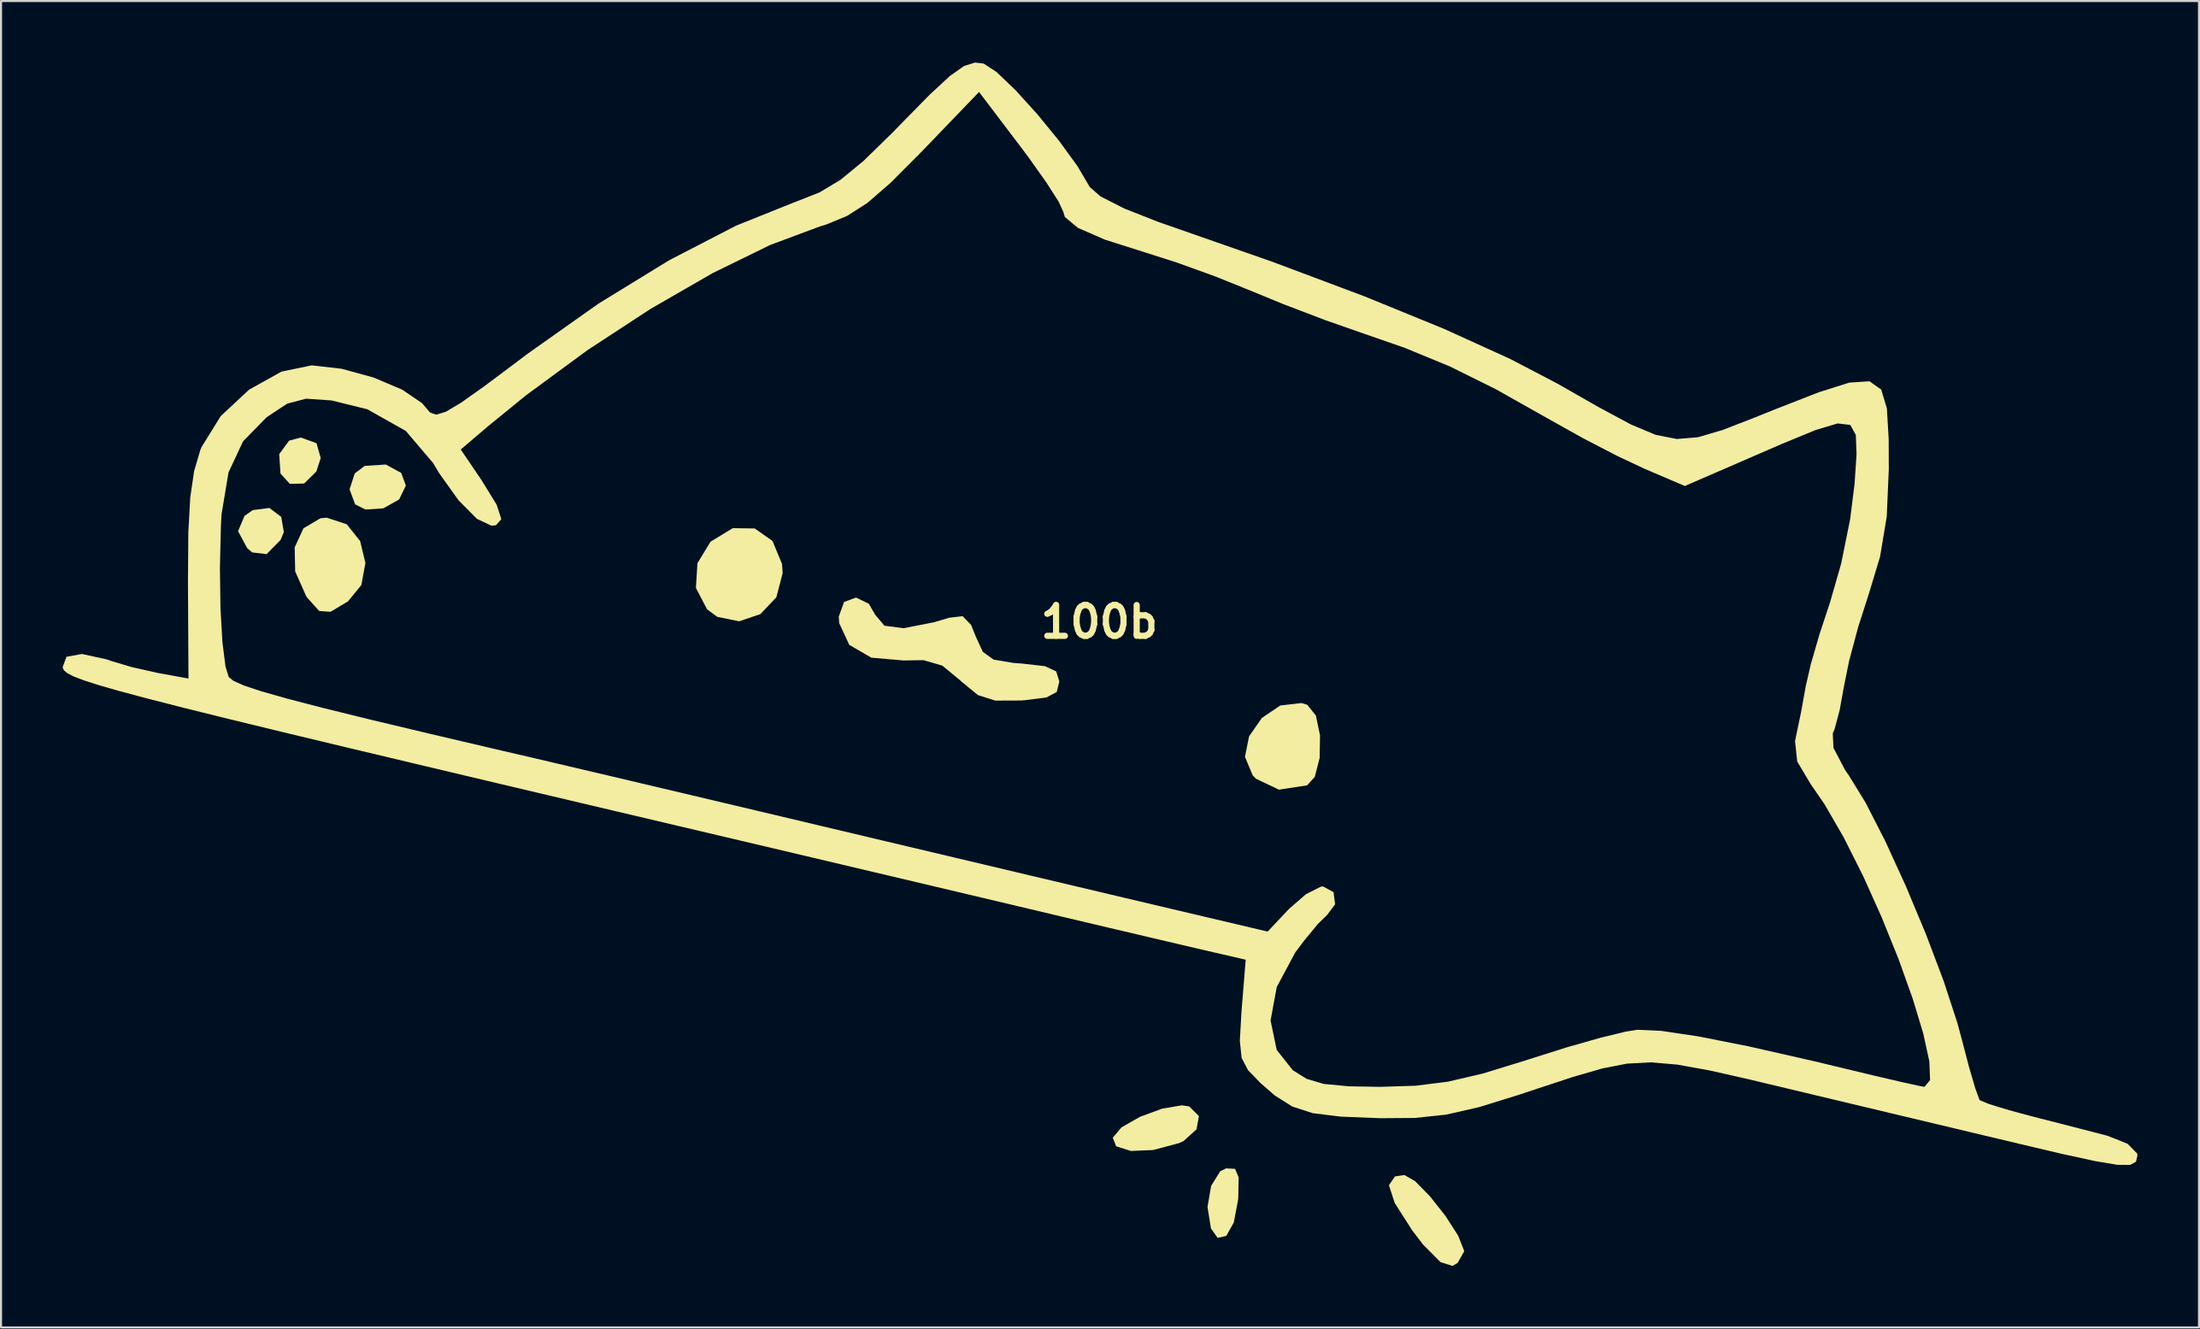
<source format=kicad_pcb>
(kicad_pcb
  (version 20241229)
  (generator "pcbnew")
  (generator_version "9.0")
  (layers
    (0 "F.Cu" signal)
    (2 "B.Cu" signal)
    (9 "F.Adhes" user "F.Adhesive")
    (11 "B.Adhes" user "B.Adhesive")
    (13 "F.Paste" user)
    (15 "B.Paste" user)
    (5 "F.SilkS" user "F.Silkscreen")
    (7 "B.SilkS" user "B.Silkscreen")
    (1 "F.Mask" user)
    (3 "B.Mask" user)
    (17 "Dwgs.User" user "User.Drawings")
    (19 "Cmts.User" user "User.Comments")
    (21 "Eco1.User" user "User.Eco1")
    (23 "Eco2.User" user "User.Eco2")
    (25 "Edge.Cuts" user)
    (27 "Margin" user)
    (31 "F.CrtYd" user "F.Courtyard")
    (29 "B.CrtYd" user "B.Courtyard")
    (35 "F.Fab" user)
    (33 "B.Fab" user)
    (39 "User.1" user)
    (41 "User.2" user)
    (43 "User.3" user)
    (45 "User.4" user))
  (footprint "100b"
    (layer "F.Cu")
    (at 50.536 27.265)
    (property "Reference" "100b" (at 0 0 0) (layer "F.SilkS") (effects (font (size 1.5 1.5) (thickness 0.3))))
    (attr board_only exclude_from_pos_files exclude_from_bom)
    (fp_poly (pts (xy -38.158 -8.71) (xy -37.953 -7.984) (xy -38.167 -7.327) (xy -38.763 -6.743) (xy -39.457 -6.729) (xy -39.913 -7.229) (xy -39.976 -8.176) (xy -39.493 -8.835) (xy -38.926 -8.988)) (stroke (width 0) (type solid)) (fill yes) (layer "F.SilkS"))
    (fp_poly (pts (xy -39.877 -5.118) (xy -39.75 -4.379) (xy -39.909 -3.996) (xy -40.59 -3.303) (xy -41.286 -3.385) (xy -41.534 -3.59) (xy -41.982 -4.421) (xy -41.668 -5.165) (xy -41.267 -5.449) (xy -40.457 -5.554)) (stroke (width 0) (type solid)) (fill yes) (layer "F.SilkS"))
    (fp_poly (pts (xy -34.029 -7.26) (xy -33.802 -6.643) (xy -34.132 -5.967) (xy -34.899 -5.536) (xy -35.77 -5.475) (xy -36.276 -5.731) (xy -36.546 -6.46) (xy -36.295 -7.236) (xy -35.81 -7.603) (xy -34.777 -7.671)) (stroke (width 0) (type solid)) (fill yes) (layer "F.SilkS"))
    (fp_poly (pts (xy 6.617 26.663) (xy 6.792 27.08) (xy 6.772 28.074) (xy 6.765 28.169) (xy 6.556 29.275) (xy 6.189 29.932) (xy 5.769 30.029) (xy 5.442 29.569) (xy 5.274 28.524) (xy 5.45 27.494) (xy 5.893 26.781) (xy 6.179 26.64)) (stroke (width 0) (type solid)) (fill yes) (layer "F.SilkS"))
    (fp_poly (pts (xy -16.796 -4.554) (xy -15.932 -3.945) (xy -15.468 -2.829) (xy -15.435 -2.377) (xy -15.743 -1.198) (xy -16.521 -0.38) (xy -17.553 -0.029) (xy -18.624 -0.246) (xy -19.12 -0.614) (xy -19.664 -1.653) (xy -19.589 -2.861) (xy -18.952 -3.908) (xy -17.867 -4.569)) (stroke (width 0) (type solid)) (fill yes) (layer "F.SilkS"))
    (fp_poly (pts (xy 4.384 23.62) (xy 4.855 24.092) (xy 4.738 24.739) (xy 4.101 25.312) (xy 3.882 25.41) (xy 2.624 25.745) (xy 1.538 25.791) (xy 0.822 25.563) (xy 0.655 25.146) (xy 1.082 24.639) (xy 1.983 24.126) (xy 3.063 23.728) (xy 4.023 23.567)) (stroke (width 0) (type solid)) (fill yes) (layer "F.SilkS"))
    (fp_poly (pts (xy -36.679 -4.754) (xy -36.03 -3.936) (xy -35.774 -2.869) (xy -35.972 -1.796) (xy -36.624 -0.999) (xy -37.474 -0.492) (xy -38.03 -0.532) (xy -38.592 -1.158) (xy -38.664 -1.259) (xy -39.197 -2.46) (xy -39.222 -3.629) (xy -38.795 -4.561) (xy -37.969 -5.05) (xy -37.659 -5.08)) (stroke (width 0) (type solid)) (fill yes) (layer "F.SilkS"))
    (fp_poly (pts (xy 10.135 4.039) (xy 10.557 4.567) (xy 10.758 5.535) (xy 10.74 6.634) (xy 10.502 7.556) (xy 10.128 7.969) (xy 8.755 8.178) (xy 7.646 7.652) (xy 7.474 7.479) (xy 7.099 6.579) (xy 7.299 5.582) (xy 7.923 4.683) (xy 8.821 4.076) (xy 9.843 3.957)) (stroke (width 0) (type solid)) (fill yes) (layer "F.SilkS"))
    (fp_poly (pts (xy 15.394 27.264) (xy 16.126 28.012) (xy 16.887 28.978) (xy 17.498 29.932) (xy 17.777 30.642) (xy 17.78 30.692) (xy 17.467 31.247) (xy 17.216 31.394) (xy 16.63 31.21) (xy 15.776 30.349) (xy 15.25 29.66) (xy 14.397 28.323) (xy 14.118 27.463) (xy 14.409 27.033) (xy 14.87 26.963)) (stroke (width 0) (type solid)) (fill yes) (layer "F.SilkS"))
    (fp_poly (pts (xy -11.236 -0.884) (xy -10.929 -0.353) (xy -10.474 0.187) (xy -9.534 0.308) (xy -8.033 0.012) (xy -7.323 -0.201) (xy -6.664 -0.279) (xy -6.249 0.15) (xy -6.022 0.715) (xy -5.678 1.46) (xy -5.155 1.838) (xy -4.191 2.001) (xy -3.779 2.031) (xy -2.646 2.159) (xy -2.102 2.413) (xy -1.954 2.888) (xy -1.954 2.931) (xy -2.078 3.42) (xy -2.58 3.685) (xy -3.649 3.82) (xy -3.818 3.832) (xy -5.069 3.837) (xy -5.915 3.57) (xy -6.717 2.913) (xy -6.775 2.855) (xy -7.654 2.132) (xy -8.571 1.866) (xy -9.542 1.881) (xy -11.113 1.745) (xy -12.189 1.119) (xy -12.679 0.063) (xy -12.7 -0.256) (xy -12.442 -0.972) (xy -11.858 -1.186)) (stroke (width 0) (type solid)) (fill yes) (layer "F.SilkS"))
    (fp_poly (pts (xy -5.638 -27.216) (xy -5.011 -26.806) (xy -4.091 -25.927) (xy -3.027 -24.754) (xy -1.97 -23.462) (xy -1.07 -22.224) (xy -0.476 -21.216) (xy -0.468 -21.198) (xy 0.063 -20.737) (xy 1.225 -20.147) (xy 2.892 -19.49) (xy 3.44 -19.3) (xy 8.46 -17.545) (xy 12.937 -15.864) (xy 16.813 -14.28) (xy 20.032 -12.816) (xy 22.303 -11.63) (xy 24.37 -10.452) (xy 25.918 -9.621) (xy 27.121 -9.116) (xy 28.149 -8.915) (xy 29.174 -9) (xy 30.37 -9.35) (xy 31.907 -9.945) (xy 32.969 -10.372) (xy 35.074 -11.195) (xy 36.562 -11.665) (xy 37.54 -11.728) (xy 38.114 -11.325) (xy 38.391 -10.4) (xy 38.478 -8.897) (xy 38.483 -7.448) (xy 38.383 -5.132) (xy 38.056 -3.172) (xy 37.519 -1.396) (xy 36.99 0.254) (xy 36.549 1.902) (xy 36.306 3.098) (xy 36.088 4.301) (xy 35.841 5.225) (xy 35.752 5.439) (xy 35.786 6.143) (xy 36.354 7.224) (xy 36.541 7.493) (xy 37.352 8.812) (xy 38.306 10.677) (xy 39.316 12.884) (xy 40.297 15.231) (xy 41.161 17.517) (xy 41.822 19.539) (xy 42.014 20.246) (xy 42.381 21.65) (xy 42.696 22.73) (xy 42.899 23.287) (xy 42.919 23.316) (xy 43.369 23.504) (xy 44.348 23.803) (xy 45.389 24.084) (xy 46.929 24.479) (xy 48.414 24.861) (xy 49.139 25.049) (xy 50.125 25.442) (xy 50.592 25.918) (xy 50.605 26.001) (xy 50.535 26.313) (xy 50.248 26.471) (xy 49.627 26.466) (xy 48.556 26.289) (xy 46.92 25.932) (xy 45.525 25.604) (xy 43.917 25.222) (xy 41.755 24.707) (xy 39.242 24.108) (xy 36.584 23.474) (xy 34.349 22.94) (xy 31.743 22.317) (xy 29.739 21.864) (xy 28.175 21.582) (xy 26.89 21.471) (xy 25.723 21.534) (xy 24.511 21.77) (xy 23.094 22.181) (xy 21.31 22.768) (xy 20.523 23.031) (xy 18.514 23.654) (xy 16.907 24.02) (xy 15.386 24.182) (xy 13.684 24.194) (xy 11.76 24.117) (xy 10.404 23.949) (xy 9.405 23.625) (xy 8.55 23.084) (xy 7.862 22.485) (xy 7.251 21.856) (xy 6.936 21.256) (xy 6.85 20.424) (xy 6.924 19.099) (xy 6.935 18.951) (xy 7.135 16.468) (xy 5.13 16.005) (xy 4.095 15.764) (xy 2.466 15.381) (xy 0.412 14.897) (xy -1.898 14.351) (xy -3.908 13.874) (xy -6.838 13.18) (xy -10.16 12.394) (xy -13.536 11.596) (xy -16.632 10.865) (xy -17.78 10.594) (xy -23.521 9.241) (xy -28.548 8.054) (xy -32.909 7.02) (xy -36.652 6.129) (xy -39.823 5.368) (xy -42.47 4.725) (xy -44.64 4.187) (xy -46.381 3.742) (xy -47.741 3.379) (xy -48.766 3.085) (xy -49.503 2.849) (xy -50.002 2.657) (xy -50.308 2.499) (xy -50.469 2.361) (xy -50.532 2.232) (xy -50.536 2.216) (xy -50.345 1.701) (xy -49.59 1.565) (xy -48.397 1.825) (xy -48.188 1.899) (xy -47.176 2.201) (xy -45.936 2.481) (xy -45.841 2.499) (xy -44.399 2.762) (xy -44.424 -2.038) (xy -44.419 -2.627) (xy -42.866 -2.627) (xy -42.839 -0.677) (xy -42.745 0.984) (xy -42.594 2.181) (xy -42.436 2.687) (xy -42.21 2.873) (xy -41.703 3.099) (xy -40.851 3.383) (xy -39.587 3.742) (xy -37.845 4.194) (xy -35.56 4.757) (xy -32.666 5.447) (xy -29.096 6.283) (xy -27.745 6.597) (xy -26.539 6.879) (xy -24.707 7.31) (xy -22.379 7.859) (xy -19.688 8.495) (xy -16.768 9.186) (xy -13.751 9.902) (xy -13.482 9.966) (xy -10.313 10.717) (xy -7.094 11.48) (xy -3.989 12.216) (xy -1.162 12.885) (xy 1.224 13.45) (xy 2.931 13.853) (xy 8.206 15.097) (xy 9.242 13.996) (xy 10.069 13.279) (xy 10.792 12.909) (xy 10.903 12.895) (xy 11.417 13.175) (xy 11.493 13.766) (xy 11.111 14.279) (xy 10.651 14.729) (xy 9.949 15.583) (xy 9.548 16.119) (xy 8.649 17.799) (xy 8.348 19.432) (xy 8.647 20.865) (xy 9.431 21.855) (xy 10.106 22.276) (xy 10.947 22.524) (xy 12.17 22.64) (xy 13.675 22.665) (xy 15.421 22.611) (xy 16.997 22.413) (xy 18.691 22.018) (xy 20.791 21.373) (xy 20.988 21.308) (xy 22.777 20.743) (xy 24.401 20.28) (xy 25.652 19.975) (xy 26.22 19.884) (xy 27.395 19.937) (xy 29.193 20.205) (xy 31.651 20.692) (xy 34.804 21.407) (xy 36.217 21.746) (xy 37.838 22.135) (xy 39.159 22.442) (xy 40.008 22.628) (xy 40.222 22.665) (xy 40.495 22.336) (xy 40.46 21.429) (xy 40.162 20.062) (xy 39.645 18.356) (xy 38.955 16.428) (xy 38.135 14.398) (xy 37.231 12.386) (xy 36.288 10.51) (xy 35.35 8.889) (xy 34.681 7.918) (xy 34.019 6.807) (xy 33.914 5.821) (xy 33.962 5.569) (xy 34.207 4.398) (xy 34.437 3.126) (xy 34.682 2.061) (xy 35.111 0.584) (xy 35.627 -0.977) (xy 36.164 -2.853) (xy 36.6 -5.009) (xy 36.816 -6.741) (xy 36.911 -8.17) (xy 36.876 -9.113) (xy 36.604 -9.603) (xy 35.989 -9.673) (xy 34.923 -9.356) (xy 33.3 -8.687) (xy 32.168 -8.197) (xy 28.542 -6.624) (xy 26.58 -7.462) (xy 25.246 -8.089) (xy 23.592 -8.947) (xy 21.965 -9.856) (xy 21.883 -9.903) (xy 19.326 -11.343) (xy 17.096 -12.448) (xy 14.898 -13.355) (xy 12.895 -14.051) (xy 11.035 -14.702) (xy 8.965 -15.491) (xy 7.434 -16.121) (xy 5.664 -16.835) (xy 3.761 -17.523) (xy 2.312 -17.985) (xy 0.271 -18.633) (xy -1.043 -19.208) (xy -1.679 -19.736) (xy -1.758 -19.994) (xy -1.981 -20.481) (xy -2.576 -21.413) (xy -3.433 -22.621) (xy -3.81 -23.126) (xy -5.862 -25.831) (xy -8.733 -22.848) (xy -10.18 -21.398) (xy -11.308 -20.421) (xy -12.296 -19.788) (xy -13.323 -19.367) (xy -13.618 -19.277) (xy -16.038 -18.376) (xy -18.839 -17.006) (xy -21.864 -15.264) (xy -24.953 -13.244) (xy -27.948 -11.043) (xy -29.826 -9.512) (xy -31.127 -8.402) (xy -30.12 -6.919) (xy -29.378 -5.716) (xy -29.148 -5.007) (xy -29.411 -4.711) (xy -29.63 -4.689) (xy -30.338 -5.022) (xy -31.234 -5.926) (xy -32.185 -7.258) (xy -32.475 -7.745) (xy -33.806 -9.309) (xy -35.682 -10.365) (xy -37.426 -10.795) (xy -38.669 -10.88) (xy -39.589 -10.637) (xy -40.583 -9.982) (xy -41.738 -8.802) (xy -42.447 -7.286) (xy -42.785 -5.258) (xy -42.818 -4.689) (xy -42.866 -2.627) (xy -44.419 -2.627) (xy -44.406 -4.355) (xy -44.312 -6.066) (xy -44.125 -7.344) (xy -43.826 -8.363) (xy -43.766 -8.514) (xy -42.826 -10.032) (xy -41.447 -11.319) (xy -39.863 -12.2) (xy -38.392 -12.505) (xy -36.938 -12.34) (xy -35.377 -11.912) (xy -33.979 -11.32) (xy -33.014 -10.662) (xy -32.858 -10.48) (xy -32.615 -10.198) (xy -32.314 -10.102) (xy -31.848 -10.246) (xy -31.11 -10.685) (xy -29.994 -11.476) (xy -28.393 -12.674) (xy -27.881 -13.061) (xy -24.419 -15.51) (xy -20.975 -17.624) (xy -17.708 -19.314) (xy -14.774 -20.491) (xy -14.725 -20.507) (xy -13.635 -20.938) (xy -12.618 -21.548) (xy -11.5 -22.466) (xy -10.11 -23.82) (xy -9.617 -24.328) (xy -8.248 -25.72) (xy -7.279 -26.615) (xy -6.588 -27.101) (xy -6.057 -27.265)) (stroke (width 0) (type solid)) (fill yes) (layer "F.SilkS")))
  (gr_rect
    (start -3 -3)
    (end 104.14 61.659)
    (stroke (width 0.1) (type default))
    (fill no)
    (layer "Edge.Cuts")))
</source>
